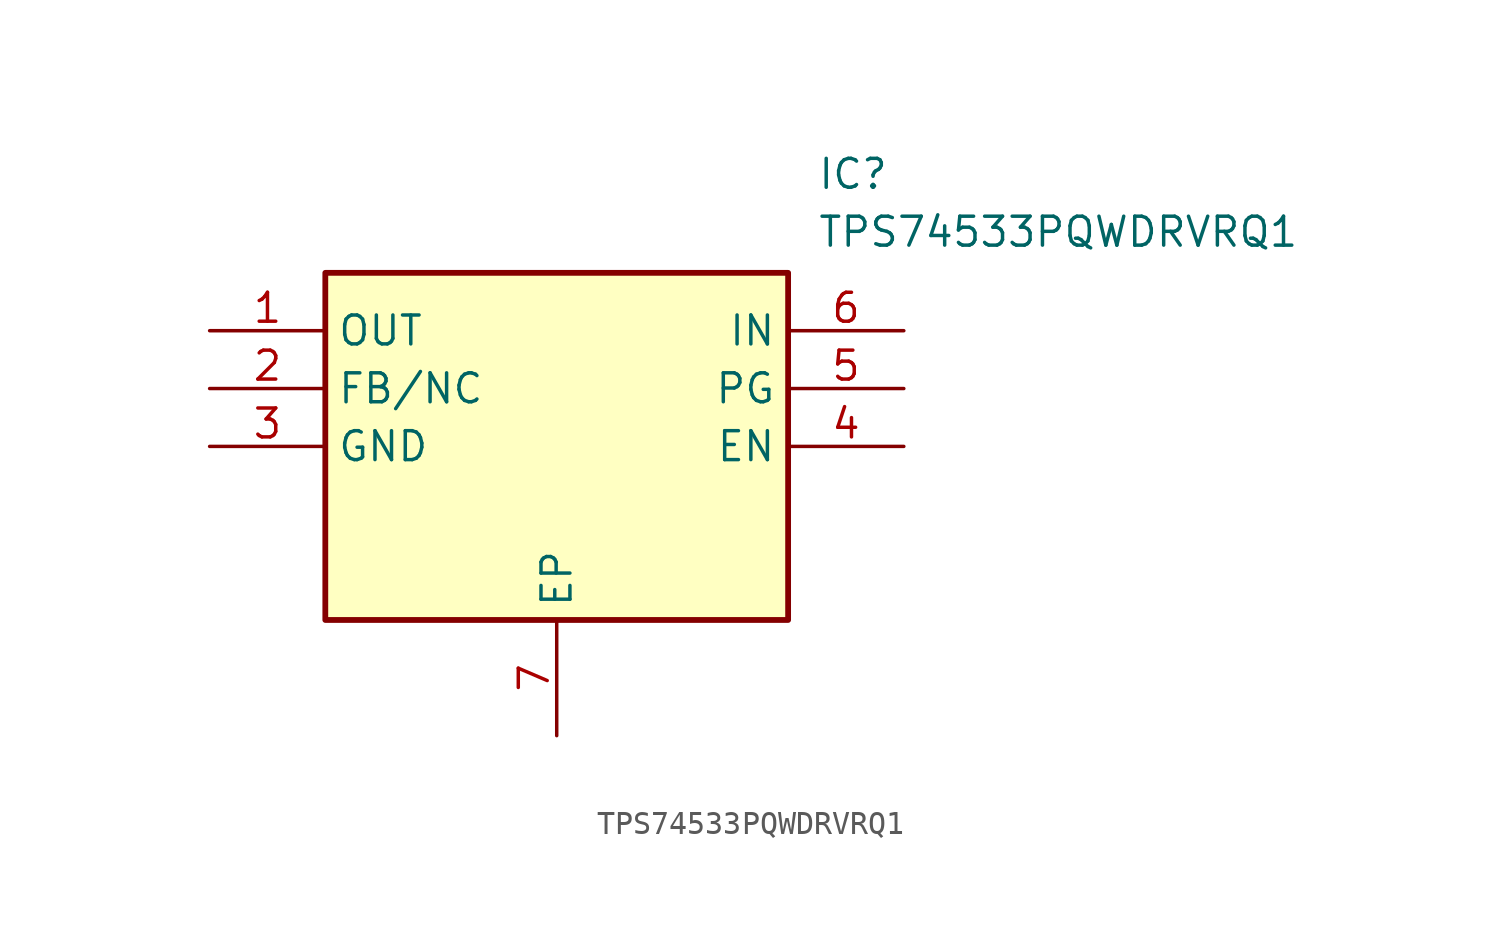
<source format=kicad_sym>
(kicad_symbol_lib
  (version 20231120)
  (generator "kicad_symbol_editor")
  (generator_version "8.0")
  (symbol "TPS74533PQWDRVRQ1"
    (property "Reference" "IC"
      (at 26.67 7.62 0)
      (effects (font (size 1.27 1.27)) (justify left top)))
    (property "Value" "TPS74533PQWDRVRQ1"
      (at 26.67 5.08 0)
      (effects (font (size 1.27 1.27)) (justify left top)))
    (symbol "TPS74533PQWDRVRQ1_1_1"
      (rectangle (start 5.08 2.54) (end 25.4 -12.7) (stroke (width 0.254) (type default)) (fill (type background)))
      (pin passive line (at 0 0 0) (length 5.08) (name "OUT" (effects (font (size 1.27 1.27)))) (number "1" (effects (font (size 1.27 1.27)))))
      (pin passive line (at 0 -2.54 0) (length 5.08) (name "FB/NC" (effects (font (size 1.27 1.27)))) (number "2" (effects (font (size 1.27 1.27)))))
      (pin passive line (at 0 -5.08 0) (length 5.08) (name "GND" (effects (font (size 1.27 1.27)))) (number "3" (effects (font (size 1.27 1.27)))))
      (pin passive line (at 30.48 -5.08 180) (length 5.08) (name "EN" (effects (font (size 1.27 1.27)))) (number "4" (effects (font (size 1.27 1.27)))))
      (pin passive line (at 30.48 -2.54 180) (length 5.08) (name "PG" (effects (font (size 1.27 1.27)))) (number "5" (effects (font (size 1.27 1.27)))))
      (pin passive line (at 30.48 0 180) (length 5.08) (name "IN" (effects (font (size 1.27 1.27)))) (number "6" (effects (font (size 1.27 1.27)))))
      (pin passive line (at 15.24 -17.78 90) (length 5.08) (name "EP" (effects (font (size 1.27 1.27)))) (number "7" (effects (font (size 1.27 1.27))))))))
</source>
